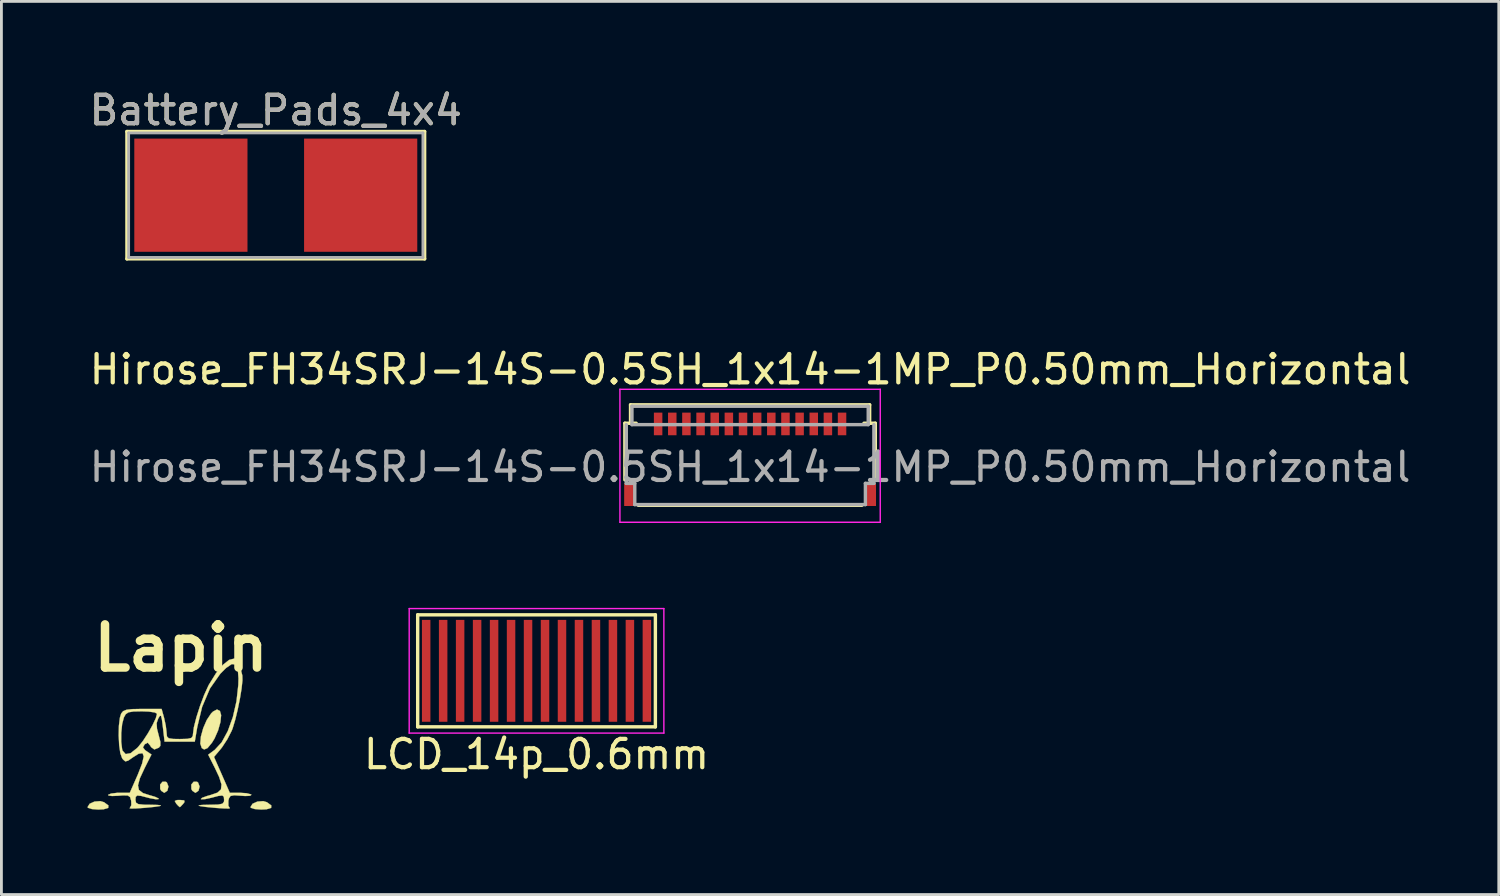
<source format=kicad_pcb>
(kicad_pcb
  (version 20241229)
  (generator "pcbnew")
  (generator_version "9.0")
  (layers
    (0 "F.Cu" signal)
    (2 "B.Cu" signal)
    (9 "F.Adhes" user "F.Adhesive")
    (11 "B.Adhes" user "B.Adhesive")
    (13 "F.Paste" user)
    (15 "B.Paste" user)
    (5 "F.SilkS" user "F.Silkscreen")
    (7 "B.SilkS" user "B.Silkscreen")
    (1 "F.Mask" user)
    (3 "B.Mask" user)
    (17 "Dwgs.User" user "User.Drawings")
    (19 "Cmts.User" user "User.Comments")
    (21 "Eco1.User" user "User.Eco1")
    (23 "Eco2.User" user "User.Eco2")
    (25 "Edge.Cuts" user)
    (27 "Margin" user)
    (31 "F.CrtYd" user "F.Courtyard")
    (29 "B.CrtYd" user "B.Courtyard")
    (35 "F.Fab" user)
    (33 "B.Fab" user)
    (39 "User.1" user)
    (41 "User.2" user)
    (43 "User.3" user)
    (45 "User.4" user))
  (footprint "Battery_Pads_4x4"
    (layer "F.Cu")
    (at 6.696 3.848)
    (property "Reference" "Battery_Pads_4x4" (at 0 -3 0) (layer "F.SilkS") (effects (font (size 1 1) (thickness 0.15))))
    (attr smd)
    (fp_line (start -5.26 -2.25) (end 5.26 -2.25) (stroke (width 0.12) (type solid)) (layer "F.SilkS"))
    (fp_line (start -5.26 2.25) (end -5.26 -2.25) (stroke (width 0.12) (type solid)) (layer "F.SilkS"))
    (fp_line (start 5.26 -2.25) (end 5.26 2.25) (stroke (width 0.12) (type solid)) (layer "F.SilkS"))
    (fp_line (start 5.26 2.25) (end -5.26 2.25) (stroke (width 0.12) (type solid)) (layer "F.SilkS"))
    (fp_line (start -5.2 -2.2) (end -5.2 2.2) (stroke (width 0.1) (type solid)) (layer "F.Fab"))
    (fp_line (start -5.2 -2.2) (end 5.2 -2.2) (stroke (width 0.1) (type solid)) (layer "F.Fab"))
    (fp_line (start -5.2 2.2) (end 5.2 2.2) (stroke (width 0.1) (type solid)) (layer "F.Fab"))
    (fp_line (start 5.2 -2.2) (end 5.2 2.2) (stroke (width 0.1) (type solid)) (layer "F.Fab"))
    (fp_text user "${REFERENCE}" (at 0 -3 0) (layer "F.Fab") (effects (font (size 1 1) (thickness 0.15))))
    (pad "1" smd rect (at -3 0) (size 4 4) (layers "F.Cu" "F.Mask" "F.Paste"))
    (pad "2" smd rect (at 3 0) (size 4 4) (layers "F.Cu" "F.Mask" "F.Paste")))
  (footprint "Lapin"
    (layer "F.Cu")
    (at 3.346 22.85)
    (property "Reference" "Lapin" (at 0 -3 0) (layer "F.SilkS") (effects (font (size 1.524 1.524) (thickness 0.3))))
    (attr through_hole)
    (fp_poly (pts (xy -0.532 1.728) (xy -0.497 1.755) (xy -0.443 1.895) (xy -0.48 2.043) (xy -0.586 2.116) (xy -0.593 2.117) (xy -0.697 2.049) (xy -0.734 1.984) (xy -0.737 1.827) (xy -0.653 1.726) (xy -0.532 1.728)) (stroke (width 0.01) (type solid)) (fill yes) (layer "F.SilkS"))
    (fp_poly (pts (xy 0.113 2.384) (xy 0.125 2.442) (xy 0.085 2.498) (xy -0.012 2.603) (xy -0.042 2.625) (xy -0.106 2.569) (xy -0.169 2.498) (xy -0.22 2.407) (xy -0.142 2.374) (xy -0.042 2.371) (xy 0.113 2.384)) (stroke (width 0.01) (type solid)) (fill yes) (layer "F.SilkS"))
    (fp_poly (pts (xy 0.569 1.728) (xy 0.604 1.755) (xy 0.658 1.895) (xy 0.62 2.043) (xy 0.515 2.116) (xy 0.508 2.117) (xy 0.403 2.049) (xy 0.367 1.984) (xy 0.364 1.827) (xy 0.448 1.726) (xy 0.569 1.728)) (stroke (width 0.01) (type solid)) (fill yes) (layer "F.SilkS"))
    (fp_poly (pts (xy -2.72 2.45) (xy -2.564 2.565) (xy -2.571 2.651) (xy -2.735 2.7) (xy -2.921 2.709) (xy -3.148 2.692) (xy -3.285 2.649) (xy -3.302 2.623) (xy -3.229 2.505) (xy -3.056 2.428) (xy -2.85 2.412) (xy -2.72 2.45)) (stroke (width 0.01) (type solid)) (fill yes) (layer "F.SilkS"))
    (fp_poly (pts (xy 3.037 2.45) (xy 3.193 2.565) (xy 3.186 2.651) (xy 3.022 2.7) (xy 2.836 2.709) (xy 2.609 2.692) (xy 2.473 2.649) (xy 2.455 2.623) (xy 2.528 2.505) (xy 2.701 2.428) (xy 2.907 2.412) (xy 3.037 2.45)) (stroke (width 0.01) (type solid)) (fill yes) (layer "F.SilkS"))
    (fp_poly (pts (xy 1.376 -0.775) (xy 1.419 -0.627) (xy 1.394 -0.381) (xy 1.312 -0.089) (xy 1.186 0.198) (xy 1.092 0.351) (xy 0.936 0.538) (xy 0.82 0.587) (xy 0.734 0.536) (xy 0.682 0.378) (xy 0.704 0.127) (xy 0.786 -0.168) (xy 0.911 -0.456) (xy 1.065 -0.687) (xy 1.133 -0.754) (xy 1.274 -0.827) (xy 1.376 -0.775)) (stroke (width 0.01) (type solid)) (fill yes) (layer "F.SilkS"))
    (fp_poly (pts (xy 2.024 -2.538) (xy 2.081 -2.392) (xy 2.132 -2.169) (xy 2.168 -2.026) (xy 2.172 -1.855) (xy 2.141 -1.566) (xy 2.082 -1.207) (xy 2.004 -0.823) (xy 1.916 -0.461) (xy 1.828 -0.168) (xy 1.791 -0.073) (xy 1.637 0.226) (xy 1.45 0.511) (xy 1.4 0.574) (xy 1.167 0.85) (xy 1.446 1.483) (xy 1.724 2.117) (xy 2.085 2.117) (xy 2.317 2.132) (xy 2.468 2.171) (xy 2.49 2.189) (xy 2.441 2.223) (xy 2.269 2.231) (xy 2.126 2.221) (xy 1.879 2.205) (xy 1.751 2.229) (xy 1.695 2.315) (xy 1.675 2.4) (xy 1.675 2.577) (xy 1.727 2.66) (xy 1.697 2.673) (xy 1.534 2.671) (xy 1.269 2.654) (xy 1.228 2.651) (xy 0.868 2.616) (xy 0.665 2.586) (xy 0.622 2.562) (xy 0.742 2.546) (xy 1.028 2.54) (xy 1.044 2.54) (xy 1.318 2.533) (xy 1.463 2.503) (xy 1.518 2.436) (xy 1.524 2.371) (xy 1.514 2.257) (xy 1.458 2.212) (xy 1.315 2.229) (xy 1.072 2.293) (xy 0.856 2.34) (xy 0.718 2.346) (xy 0.701 2.338) (xy 0.748 2.294) (xy 0.917 2.232) (xy 1.048 2.195) (xy 1.287 2.113) (xy 1.413 1.998) (xy 1.432 1.822) (xy 1.348 1.557) (xy 1.201 1.244) (xy 0.962 0.771) (xy 1.193 0.6) (xy 1.437 0.335) (xy 1.654 -0.064) (xy 1.833 -0.559) (xy 1.961 -1.116) (xy 2.026 -1.697) (xy 2.032 -1.923) (xy 2.008 -2.248) (xy 1.931 -2.417) (xy 1.794 -2.431) (xy 1.59 -2.292) (xy 1.387 -2.087) (xy 1.023 -1.568) (xy 0.747 -0.919) (xy 0.575 -0.206) (xy 0.488 0.307) (xy -0.58 0.307) (xy -0.639 -0.2) (xy -0.674 -0.473) (xy -0.705 -0.6) (xy -0.745 -0.603) (xy -0.803 -0.511) (xy -0.86 -0.346) (xy -0.848 -0.148) (xy -0.792 0.07) (xy -0.728 0.319) (xy -0.729 0.457) (xy -0.782 0.522) (xy -0.942 0.586) (xy -1.054 0.505) (xy -1.091 0.445) (xy -1.176 0.346) (xy -1.273 0.398) (xy -1.286 0.41) (xy -1.345 0.512) (xy -1.269 0.609) (xy -1.22 0.644) (xy -1.043 0.764) (xy -1.284 1.241) (xy -1.452 1.603) (xy -1.52 1.853) (xy -1.486 2.018) (xy -1.343 2.127) (xy -1.133 2.195) (xy -0.915 2.26) (xy -0.795 2.317) (xy -0.786 2.338) (xy -0.888 2.346) (xy -1.088 2.31) (xy -1.156 2.293) (xy -1.414 2.226) (xy -1.549 2.214) (xy -1.6 2.263) (xy -1.609 2.371) (xy -1.589 2.467) (xy -1.504 2.518) (xy -1.313 2.538) (xy -1.129 2.54) (xy -0.836 2.546) (xy -0.709 2.561) (xy -0.744 2.585) (xy -0.941 2.615) (xy -1.294 2.65) (xy -1.312 2.651) (xy -1.588 2.67) (xy -1.767 2.674) (xy -1.817 2.662) (xy -1.811 2.66) (xy -1.756 2.556) (xy -1.76 2.4) (xy -1.798 2.271) (xy -1.878 2.213) (xy -2.049 2.208) (xy -2.21 2.221) (xy -2.436 2.231) (xy -2.563 2.212) (xy -2.574 2.189) (xy -2.47 2.144) (xy -2.26 2.119) (xy -2.169 2.117) (xy -1.809 2.117) (xy -1.527 1.477) (xy -1.374 1.086) (xy -1.317 0.833) (xy -1.357 0.717) (xy -1.495 0.736) (xy -1.692 0.859) (xy -1.869 0.982) (xy -1.967 1.008) (xy -2.045 0.942) (xy -2.081 0.894) (xy -2.144 0.718) (xy -2.185 0.431) (xy -2.19 0.326) (xy -2.112 0.326) (xy -2.079 0.583) (xy -2.065 0.628) (xy -1.955 0.749) (xy -1.782 0.718) (xy -1.553 0.538) (xy -1.509 0.492) (xy -1.343 0.283) (xy -1.166 0.011) (xy -1.005 -0.273) (xy -0.889 -0.52) (xy -0.847 -0.675) (xy -0.925 -0.722) (xy -1.137 -0.753) (xy -1.383 -0.762) (xy -1.68 -0.756) (xy -1.855 -0.727) (xy -1.953 -0.661) (xy -2.018 -0.546) (xy -2.079 -0.316) (xy -2.111 0.001) (xy -2.112 0.326) (xy -2.19 0.326) (xy -2.202 0.088) (xy -2.194 -0.253) (xy -2.159 -0.537) (xy -2.114 -0.683) (xy -2.046 -0.767) (xy -1.929 -0.816) (xy -1.723 -0.84) (xy -1.39 -0.847) (xy -1.356 -0.847) (xy -0.685 -0.847) (xy -0.597 -0.529) (xy -0.538 -0.259) (xy -0.509 -0.019) (xy -0.508 0.003) (xy -0.496 0.126) (xy -0.434 0.19) (xy -0.278 0.214) (xy -0.042 0.218) (xy 0.226 0.211) (xy 0.366 0.179) (xy 0.418 0.108) (xy 0.423 0.045) (xy 0.456 -0.202) (xy 0.544 -0.55) (xy 0.67 -0.944) (xy 0.815 -1.331) (xy 0.964 -1.659) (xy 0.987 -1.704) (xy 1.238 -2.109) (xy 1.481 -2.404) (xy 1.702 -2.58) (xy 1.888 -2.627) (xy 2.024 -2.538)) (stroke (width 0.01) (type solid)) (fill yes) (layer "F.SilkS")))
  (footprint "LCD_14p_0.6mm"
    (layer "F.Cu")
    (at 15.911 20.657)
    (property "Reference" "LCD_14p_0.6mm" (at 0 2.95 0) (layer "F.SilkS") (effects (font (size 1 1) (thickness 0.15))))
    (attr smd)
    (fp_line (start -4.2 -1.98) (end 4.2 -1.98) (stroke (width 0.12) (type solid)) (layer "F.SilkS"))
    (fp_line (start -4.2 1.98) (end -4.2 -1.98) (stroke (width 0.12) (type solid)) (layer "F.SilkS"))
    (fp_line (start -4.2 1.98) (end 4.2 1.98) (stroke (width 0.12) (type solid)) (layer "F.SilkS"))
    (fp_line (start 4.2 1.98) (end 4.2 -1.98) (stroke (width 0.12) (type solid)) (layer "F.SilkS"))
    (fp_line (start -4.5 -2.2) (end -4.5 2.2) (stroke (width 0.05) (type solid)) (layer "F.CrtYd"))
    (fp_line (start -4.5 -2.2) (end 4.5 -2.2) (stroke (width 0.05) (type solid)) (layer "F.CrtYd"))
    (fp_line (start -4.5 2.2) (end 4.5 2.2) (stroke (width 0.05) (type solid)) (layer "F.CrtYd"))
    (fp_line (start 4.5 -2.2) (end 4.5 2.2) (stroke (width 0.05) (type solid)) (layer "F.CrtYd"))
    (pad "1" smd rect (at -3.9 0) (size 0.3 3.6) (layers "F.Cu" "F.Mask" "F.Paste"))
    (pad "2" smd rect (at -3.3 0) (size 0.3 3.6) (layers "F.Cu" "F.Mask" "F.Paste"))
    (pad "3" smd rect (at -2.7 0) (size 0.3 3.6) (layers "F.Cu" "F.Mask" "F.Paste"))
    (pad "4" smd rect (at -2.1 0) (size 0.3 3.6) (layers "F.Cu" "F.Mask" "F.Paste"))
    (pad "5" smd rect (at -1.5 0) (size 0.3 3.6) (layers "F.Cu" "F.Mask" "F.Paste"))
    (pad "6" smd rect (at -0.9 0) (size 0.3 3.6) (layers "F.Cu" "F.Mask" "F.Paste"))
    (pad "7" smd rect (at -0.3 0) (size 0.3 3.6) (layers "F.Cu" "F.Mask" "F.Paste"))
    (pad "8" smd rect (at 0.3 0) (size 0.3 3.6) (layers "F.Cu" "F.Mask" "F.Paste"))
    (pad "9" smd rect (at 0.9 0) (size 0.3 3.6) (layers "F.Cu" "F.Mask" "F.Paste"))
    (pad "10" smd rect (at 1.5 0) (size 0.3 3.6) (layers "F.Cu" "F.Mask" "F.Paste"))
    (pad "11" smd rect (at 2.1 0) (size 0.3 3.6) (layers "F.Cu" "F.Mask" "F.Paste"))
    (pad "12" smd rect (at 2.7 0) (size 0.3 3.6) (layers "F.Cu" "F.Mask" "F.Paste"))
    (pad "13" smd rect (at 3.3 0) (size 0.3 3.6) (layers "F.Cu" "F.Mask" "F.Paste"))
    (pad "14" smd rect (at 3.9 0) (size 0.3 3.6) (layers "F.Cu" "F.Mask" "F.Paste")))
  (footprint "Hirose_FH34SRJ-14S-0.5SH_1x14-1MP_P0.50mm_Horizontal"
    (layer "F.Cu")
    (at 23.458 13.107)
    (property "Reference" "Hirose_FH34SRJ-14S-0.5SH_1x14-1MP_P0.50mm_Horizontal" (at 0 -3.1 0) (layer "F.SilkS") (effects (font (size 1 1) (thickness 0.15))))
    (attr smd)
    (fp_line (start -4.425 -1.2) (end -4.425 0.8) (stroke (width 0.12) (type solid)) (layer "F.SilkS"))
    (fp_line (start -4.225 -1.85) (end -4.225 -1.2) (stroke (width 0.12) (type solid)) (layer "F.SilkS"))
    (fp_line (start -4.225 -1.85) (end 4.225 -1.85) (stroke (width 0.12) (type solid)) (layer "F.SilkS"))
    (fp_line (start -4.225 -1.2) (end -4.425 -1.2) (stroke (width 0.12) (type solid)) (layer "F.SilkS"))
    (fp_line (start -4.225 -1.2) (end -4.025 -1.2) (stroke (width 0.12) (type solid)) (layer "F.SilkS"))
    (fp_line (start -3.95 1.7) (end 3.95 1.7) (stroke (width 0.12) (type solid)) (layer "F.SilkS"))
    (fp_line (start 4.225 -1.85) (end 4.225 -1.2) (stroke (width 0.12) (type solid)) (layer "F.SilkS"))
    (fp_line (start 4.225 -1.2) (end 4.025 -1.2) (stroke (width 0.12) (type solid)) (layer "F.SilkS"))
    (fp_line (start 4.225 -1.2) (end 4.425 -1.2) (stroke (width 0.12) (type solid)) (layer "F.SilkS"))
    (fp_line (start 4.425 -1.2) (end 4.425 0.8) (stroke (width 0.12) (type solid)) (layer "F.SilkS"))
    (fp_line (start -4.6 -2.4) (end -4.6 2.3) (stroke (width 0.05) (type solid)) (layer "F.CrtYd"))
    (fp_line (start -4.6 2.3) (end 4.6 2.3) (stroke (width 0.05) (type solid)) (layer "F.CrtYd"))
    (fp_line (start 4.6 -2.4) (end -4.6 -2.4) (stroke (width 0.05) (type solid)) (layer "F.CrtYd"))
    (fp_line (start 4.6 2.3) (end 4.6 -2.4) (stroke (width 0.05) (type solid)) (layer "F.CrtYd"))
    (fp_line (start -4.375 0.925) (end -4.375 -1.15) (stroke (width 0.12) (type solid)) (layer "F.Fab"))
    (fp_line (start -4.175 -1.8) (end 4.175 -1.8) (stroke (width 0.12) (type solid)) (layer "F.Fab"))
    (fp_line (start -4.175 -1.15) (end -4.175 -1.8) (stroke (width 0.12) (type solid)) (layer "F.Fab"))
    (fp_line (start -4.175 -1.15) (end 4.175 -1.15) (stroke (width 0.12) (type solid)) (layer "F.Fab"))
    (fp_line (start -4.075 0.925) (end -4.375 0.925) (stroke (width 0.12) (type solid)) (layer "F.Fab"))
    (fp_line (start -4.075 1.675) (end -4.075 0.925) (stroke (width 0.12) (type solid)) (layer "F.Fab"))
    (fp_line (start 4.075 0.925) (end 4.075 1.675) (stroke (width 0.12) (type solid)) (layer "F.Fab"))
    (fp_line (start 4.075 1.675) (end -4.075 1.675) (stroke (width 0.12) (type solid)) (layer "F.Fab"))
    (fp_line (start 4.175 -1.8) (end 4.175 -1.15) (stroke (width 0.12) (type solid)) (layer "F.Fab"))
    (fp_line (start 4.375 -1.15) (end 4.375 0.925) (stroke (width 0.12) (type solid)) (layer "F.Fab"))
    (fp_line (start 4.375 0.925) (end 4.075 0.925) (stroke (width 0.12) (type solid)) (layer "F.Fab"))
    (fp_text user "${REFERENCE}" (at 0 0.35 0) (layer "F.Fab") (effects (font (size 1 1) (thickness 0.15))))
    (pad "1" smd rect (at -3.25 -1.175) (size 0.3 0.8) (layers "F.Cu" "F.Mask" "F.Paste"))
    (pad "2" smd rect (at -2.75 -1.175) (size 0.3 0.8) (layers "F.Cu" "F.Mask" "F.Paste"))
    (pad "3" smd rect (at -2.25 -1.175) (size 0.3 0.8) (layers "F.Cu" "F.Mask" "F.Paste"))
    (pad "4" smd rect (at -1.75 -1.175) (size 0.3 0.8) (layers "F.Cu" "F.Mask" "F.Paste"))
    (pad "5" smd rect (at -1.25 -1.175) (size 0.3 0.8) (layers "F.Cu" "F.Mask" "F.Paste"))
    (pad "6" smd rect (at -0.75 -1.175) (size 0.3 0.8) (layers "F.Cu" "F.Mask" "F.Paste"))
    (pad "7" smd rect (at -0.25 -1.175) (size 0.3 0.8) (layers "F.Cu" "F.Mask" "F.Paste"))
    (pad "8" smd rect (at 0.25 -1.175) (size 0.3 0.8) (layers "F.Cu" "F.Mask" "F.Paste"))
    (pad "9" smd rect (at 0.75 -1.175) (size 0.3 0.8) (layers "F.Cu" "F.Mask" "F.Paste"))
    (pad "10" smd rect (at 1.25 -1.175) (size 0.3 0.8) (layers "F.Cu" "F.Mask" "F.Paste"))
    (pad "11" smd rect (at 1.75 -1.175) (size 0.3 0.8) (layers "F.Cu" "F.Mask" "F.Paste"))
    (pad "12" smd rect (at 2.25 -1.175) (size 0.3 0.8) (layers "F.Cu" "F.Mask" "F.Paste"))
    (pad "13" smd rect (at 2.75 -1.175) (size 0.3 0.8) (layers "F.Cu" "F.Mask" "F.Paste"))
    (pad "14" smd rect (at 3.25 -1.175) (size 0.3 0.8) (layers "F.Cu" "F.Mask" "F.Paste"))
    (pad "MP" smd rect (at -4.25 1.325) (size 0.4 0.8) (layers "F.Cu" "F.Mask" "F.Paste"))
    (pad "MP" smd rect (at 4.25 1.325) (size 0.4 0.8) (layers "F.Cu" "F.Mask" "F.Paste")))
  (gr_rect
    (start -3 -3)
    (end 49.917 28.564)
    (stroke (width 0.1) (type default))
    (fill no)
    (layer "Edge.Cuts")))
</source>
